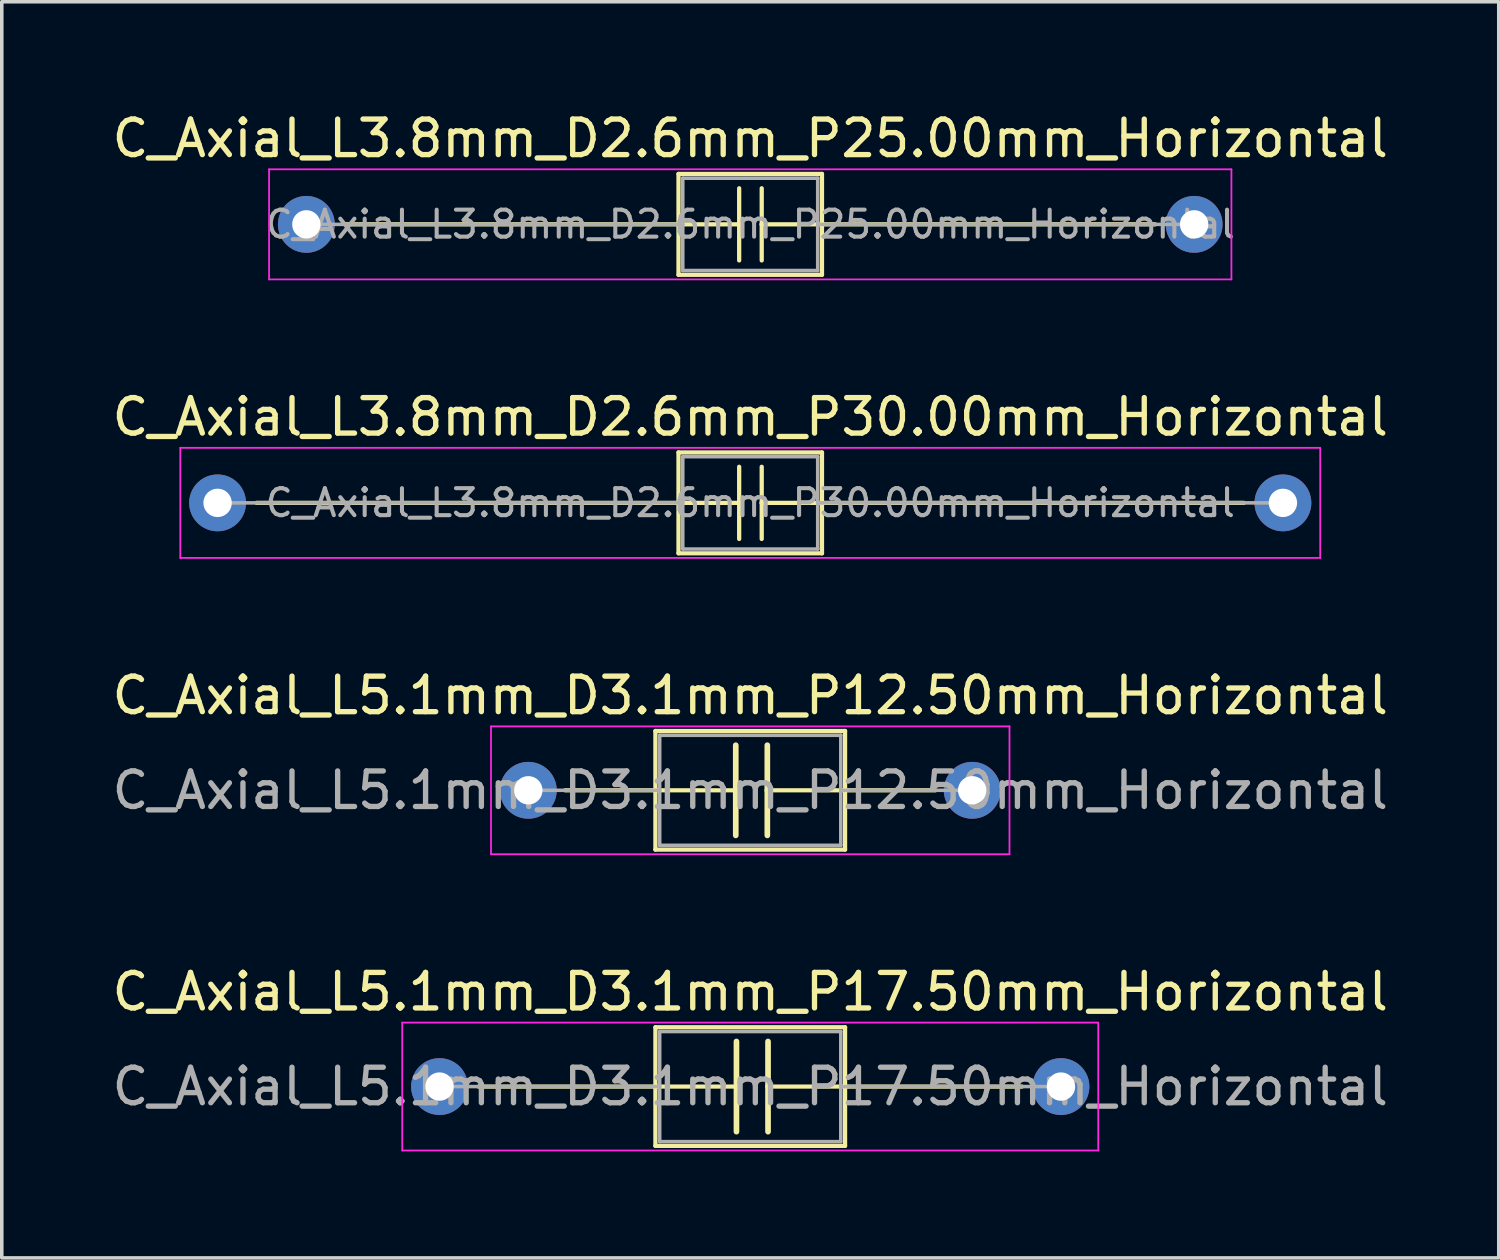
<source format=kicad_pcb>
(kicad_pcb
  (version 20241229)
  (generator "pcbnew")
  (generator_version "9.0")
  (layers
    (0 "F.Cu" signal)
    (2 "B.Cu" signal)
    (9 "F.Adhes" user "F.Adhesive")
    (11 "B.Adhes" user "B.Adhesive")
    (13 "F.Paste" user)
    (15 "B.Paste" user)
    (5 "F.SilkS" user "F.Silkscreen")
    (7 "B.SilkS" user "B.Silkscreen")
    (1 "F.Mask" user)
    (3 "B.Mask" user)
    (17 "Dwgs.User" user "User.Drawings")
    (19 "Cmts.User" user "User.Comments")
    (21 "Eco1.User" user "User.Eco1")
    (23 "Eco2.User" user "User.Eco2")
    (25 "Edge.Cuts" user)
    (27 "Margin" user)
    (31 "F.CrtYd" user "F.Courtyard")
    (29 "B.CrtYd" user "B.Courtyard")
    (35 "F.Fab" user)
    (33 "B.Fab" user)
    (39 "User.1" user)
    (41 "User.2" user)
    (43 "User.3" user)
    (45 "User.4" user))
  (footprint "C_Axial_L5.1mm_D3.1mm_P17.50mm_Horizontal"
    (layer "F.Cu")
    (at 9.327 27.548)
    (property "Reference" "C_Axial_L5.1mm_D3.1mm_P17.50mm_Horizontal" (at 8.75 -2.67 0) (layer "F.SilkS") (effects (font (size 1 1) (thickness 0.15))))
    (attr through_hole)
    (fp_line (start 1.1 0) (end 6.08 0) (stroke (width 0.12) (type solid)) (layer "F.SilkS"))
    (fp_line (start 6.08 -1.67) (end 6.08 1.67) (stroke (width 0.12) (type solid)) (layer "F.SilkS"))
    (fp_line (start 6.08 0) (end 8.362 0) (stroke (width 0.12) (type solid)) (layer "F.SilkS"))
    (fp_line (start 6.08 1.67) (end 11.42 1.67) (stroke (width 0.12) (type solid)) (layer "F.SilkS"))
    (fp_line (start 8.362 0) (end 8.362 -1.27) (stroke (width 0.16) (type solid)) (layer "F.SilkS"))
    (fp_line (start 8.362 0) (end 8.362 1.27) (stroke (width 0.16) (type solid)) (layer "F.SilkS"))
    (fp_line (start 9.251 0) (end 9.251 -1.27) (stroke (width 0.16) (type solid)) (layer "F.SilkS"))
    (fp_line (start 9.251 0) (end 9.251 1.27) (stroke (width 0.16) (type solid)) (layer "F.SilkS"))
    (fp_line (start 11.42 -1.67) (end 6.08 -1.67) (stroke (width 0.12) (type solid)) (layer "F.SilkS"))
    (fp_line (start 11.42 1.67) (end 11.42 -1.67) (stroke (width 0.12) (type solid)) (layer "F.SilkS"))
    (fp_line (start 11.43 0) (end 9.251 0) (stroke (width 0.12) (type solid)) (layer "F.SilkS"))
    (fp_line (start 16.4 0) (end 11.42 0) (stroke (width 0.12) (type solid)) (layer "F.SilkS"))
    (fp_line (start -1.05 -1.8) (end -1.05 1.8) (stroke (width 0.05) (type solid)) (layer "F.CrtYd"))
    (fp_line (start -1.05 1.8) (end 18.55 1.8) (stroke (width 0.05) (type solid)) (layer "F.CrtYd"))
    (fp_line (start 18.55 -1.8) (end -1.05 -1.8) (stroke (width 0.05) (type solid)) (layer "F.CrtYd"))
    (fp_line (start 18.55 1.8) (end 18.55 -1.8) (stroke (width 0.05) (type solid)) (layer "F.CrtYd"))
    (fp_line (start 0 0) (end 6.2 0) (stroke (width 0.1) (type solid)) (layer "F.Fab"))
    (fp_line (start 6.2 -1.55) (end 6.2 1.55) (stroke (width 0.1) (type solid)) (layer "F.Fab"))
    (fp_line (start 6.2 1.55) (end 11.3 1.55) (stroke (width 0.1) (type solid)) (layer "F.Fab"))
    (fp_line (start 11.3 -1.55) (end 6.2 -1.55) (stroke (width 0.1) (type solid)) (layer "F.Fab"))
    (fp_line (start 11.3 1.55) (end 11.3 -1.55) (stroke (width 0.1) (type solid)) (layer "F.Fab"))
    (fp_line (start 17.5 0) (end 11.3 0) (stroke (width 0.1) (type solid)) (layer "F.Fab"))
    (fp_text user "${REFERENCE}" (at 8.75 0 0) (layer "F.Fab") (effects (font (size 1 1) (thickness 0.15))))
    (pad "1" thru_hole circle (at 0 0) (size 1.6 1.6) (drill 0.8) (layers "*.Cu" "*.Mask"))
    (pad "2" thru_hole oval (at 17.5 0) (size 1.6 1.6) (drill 0.8) (layers "*.Cu" "*.Mask")))
  (footprint "C_Axial_L3.8mm_D2.6mm_P25.00mm_Horizontal"
    (layer "F.Cu")
    (at 5.577 3.268)
    (property "Reference" "C_Axial_L3.8mm_D2.6mm_P25.00mm_Horizontal" (at 12.5 -2.42 0) (layer "F.SilkS") (effects (font (size 1 1) (thickness 0.15))))
    (fp_line (start 1.1 0) (end 10.48 0) (stroke (width 0.12) (type solid)) (layer "F.SilkS"))
    (fp_line (start 10.48 -1.42) (end 10.48 1.42) (stroke (width 0.12) (type solid)) (layer "F.SilkS"))
    (fp_line (start 10.48 0) (end 12.188 0) (stroke (width 0.12) (type solid)) (layer "F.SilkS"))
    (fp_line (start 10.48 1.42) (end 14.52 1.42) (stroke (width 0.12) (type solid)) (layer "F.SilkS"))
    (fp_line (start 12.188 0) (end 12.188 -1.016) (stroke (width 0.12) (type solid)) (layer "F.SilkS"))
    (fp_line (start 12.188 0) (end 12.188 1.016) (stroke (width 0.12) (type solid)) (layer "F.SilkS"))
    (fp_line (start 12.823 0) (end 12.823 -1.016) (stroke (width 0.12) (type solid)) (layer "F.SilkS"))
    (fp_line (start 12.823 0) (end 12.823 1.016) (stroke (width 0.12) (type solid)) (layer "F.SilkS"))
    (fp_line (start 14.52 -1.42) (end 10.48 -1.42) (stroke (width 0.12) (type solid)) (layer "F.SilkS"))
    (fp_line (start 14.52 0) (end 12.823 0) (stroke (width 0.12) (type solid)) (layer "F.SilkS"))
    (fp_line (start 14.52 1.42) (end 14.52 -1.42) (stroke (width 0.12) (type solid)) (layer "F.SilkS"))
    (fp_line (start 23.9 0) (end 14.52 0) (stroke (width 0.12) (type solid)) (layer "F.SilkS"))
    (fp_line (start -1.05 -1.55) (end -1.05 1.55) (stroke (width 0.05) (type solid)) (layer "F.CrtYd"))
    (fp_line (start -1.05 1.55) (end 26.05 1.55) (stroke (width 0.05) (type solid)) (layer "F.CrtYd"))
    (fp_line (start 26.05 -1.55) (end -1.05 -1.55) (stroke (width 0.05) (type solid)) (layer "F.CrtYd"))
    (fp_line (start 26.05 1.55) (end 26.05 -1.55) (stroke (width 0.05) (type solid)) (layer "F.CrtYd"))
    (fp_line (start 0 0) (end 10.6 0) (stroke (width 0.1) (type solid)) (layer "F.Fab"))
    (fp_line (start 10.6 -1.3) (end 10.6 1.3) (stroke (width 0.1) (type solid)) (layer "F.Fab"))
    (fp_line (start 10.6 1.3) (end 14.4 1.3) (stroke (width 0.1) (type solid)) (layer "F.Fab"))
    (fp_line (start 14.4 -1.3) (end 10.6 -1.3) (stroke (width 0.1) (type solid)) (layer "F.Fab"))
    (fp_line (start 14.4 1.3) (end 14.4 -1.3) (stroke (width 0.1) (type solid)) (layer "F.Fab"))
    (fp_line (start 25 0) (end 14.4 0) (stroke (width 0.1) (type solid)) (layer "F.Fab"))
    (fp_text user "${REFERENCE}" (at 12.5 0 0) (layer "F.Fab") (effects (font (size 0.76 0.76) (thickness 0.114))))
    (pad "1" thru_hole circle (at 0 0) (size 1.6 1.6) (drill 0.8) (layers "*.Cu" "*.Mask"))
    (pad "2" thru_hole oval (at 25 0) (size 1.6 1.6) (drill 0.8) (layers "*.Cu" "*.Mask")))
  (footprint "C_Axial_L3.8mm_D2.6mm_P30.00mm_Horizontal"
    (layer "F.Cu")
    (at 3.077 11.111)
    (property "Reference" "C_Axial_L3.8mm_D2.6mm_P30.00mm_Horizontal" (at 15 -2.42 0) (layer "F.SilkS") (effects (font (size 1 1) (thickness 0.15))))
    (fp_line (start 1.1 0) (end 12.98 0) (stroke (width 0.12) (type solid)) (layer "F.SilkS"))
    (fp_line (start 12.98 -1.42) (end 12.98 1.42) (stroke (width 0.12) (type solid)) (layer "F.SilkS"))
    (fp_line (start 12.98 0) (end 14.688 0) (stroke (width 0.12) (type solid)) (layer "F.SilkS"))
    (fp_line (start 12.98 1.42) (end 17.02 1.42) (stroke (width 0.12) (type solid)) (layer "F.SilkS"))
    (fp_line (start 14.688 0) (end 14.688 -1.016) (stroke (width 0.12) (type solid)) (layer "F.SilkS"))
    (fp_line (start 14.688 0) (end 14.688 1.016) (stroke (width 0.12) (type solid)) (layer "F.SilkS"))
    (fp_line (start 15.323 0) (end 15.323 -1.016) (stroke (width 0.12) (type solid)) (layer "F.SilkS"))
    (fp_line (start 15.323 0) (end 15.323 1.016) (stroke (width 0.12) (type solid)) (layer "F.SilkS"))
    (fp_line (start 17.018 0) (end 15.323 0) (stroke (width 0.12) (type solid)) (layer "F.SilkS"))
    (fp_line (start 17.02 -1.42) (end 12.98 -1.42) (stroke (width 0.12) (type solid)) (layer "F.SilkS"))
    (fp_line (start 17.02 1.42) (end 17.02 -1.42) (stroke (width 0.12) (type solid)) (layer "F.SilkS"))
    (fp_line (start 28.9 0) (end 17.02 0) (stroke (width 0.12) (type solid)) (layer "F.SilkS"))
    (fp_line (start -1.05 -1.55) (end -1.05 1.55) (stroke (width 0.05) (type solid)) (layer "F.CrtYd"))
    (fp_line (start -1.05 1.55) (end 31.05 1.55) (stroke (width 0.05) (type solid)) (layer "F.CrtYd"))
    (fp_line (start 31.05 -1.55) (end -1.05 -1.55) (stroke (width 0.05) (type solid)) (layer "F.CrtYd"))
    (fp_line (start 31.05 1.55) (end 31.05 -1.55) (stroke (width 0.05) (type solid)) (layer "F.CrtYd"))
    (fp_line (start 0 0) (end 13.1 0) (stroke (width 0.1) (type solid)) (layer "F.Fab"))
    (fp_line (start 13.1 -1.3) (end 13.1 1.3) (stroke (width 0.1) (type solid)) (layer "F.Fab"))
    (fp_line (start 13.1 1.3) (end 16.9 1.3) (stroke (width 0.1) (type solid)) (layer "F.Fab"))
    (fp_line (start 16.9 -1.3) (end 13.1 -1.3) (stroke (width 0.1) (type solid)) (layer "F.Fab"))
    (fp_line (start 16.9 1.3) (end 16.9 -1.3) (stroke (width 0.1) (type solid)) (layer "F.Fab"))
    (fp_line (start 30 0) (end 16.9 0) (stroke (width 0.1) (type solid)) (layer "F.Fab"))
    (fp_text user "${REFERENCE}" (at 15 0 0) (layer "F.Fab") (effects (font (size 0.76 0.76) (thickness 0.114))))
    (pad "1" thru_hole circle (at 0 0) (size 1.6 1.6) (drill 0.8) (layers "*.Cu" "*.Mask"))
    (pad "2" thru_hole oval (at 30 0) (size 1.6 1.6) (drill 0.8) (layers "*.Cu" "*.Mask")))
  (footprint "C_Axial_L5.1mm_D3.1mm_P12.50mm_Horizontal"
    (layer "F.Cu")
    (at 11.827 19.205)
    (property "Reference" "C_Axial_L5.1mm_D3.1mm_P12.50mm_Horizontal" (at 6.25 -2.67 0) (layer "F.SilkS") (effects (font (size 1 1) (thickness 0.15))))
    (attr through_hole)
    (fp_line (start 1.04 0) (end 3.58 0) (stroke (width 0.12) (type solid)) (layer "F.SilkS"))
    (fp_line (start 3.58 -1.67) (end 3.58 1.67) (stroke (width 0.12) (type solid)) (layer "F.SilkS"))
    (fp_line (start 3.58 0) (end 5.842 0) (stroke (width 0.12) (type solid)) (layer "F.SilkS"))
    (fp_line (start 3.58 1.67) (end 8.92 1.67) (stroke (width 0.12) (type solid)) (layer "F.SilkS"))
    (fp_line (start 5.842 0) (end 5.842 -1.27) (stroke (width 0.16) (type solid)) (layer "F.SilkS"))
    (fp_line (start 5.842 0) (end 5.842 1.27) (stroke (width 0.16) (type solid)) (layer "F.SilkS"))
    (fp_line (start 6.731 0) (end 6.731 -1.27) (stroke (width 0.16) (type solid)) (layer "F.SilkS"))
    (fp_line (start 6.731 0) (end 6.731 1.27) (stroke (width 0.16) (type solid)) (layer "F.SilkS"))
    (fp_line (start 8.92 -1.67) (end 3.58 -1.67) (stroke (width 0.12) (type solid)) (layer "F.SilkS"))
    (fp_line (start 8.92 0) (end 6.731 0) (stroke (width 0.12) (type solid)) (layer "F.SilkS"))
    (fp_line (start 8.92 1.67) (end 8.92 -1.67) (stroke (width 0.12) (type solid)) (layer "F.SilkS"))
    (fp_line (start 11.46 0) (end 8.92 0) (stroke (width 0.12) (type solid)) (layer "F.SilkS"))
    (fp_line (start -1.05 -1.8) (end -1.05 1.8) (stroke (width 0.05) (type solid)) (layer "F.CrtYd"))
    (fp_line (start -1.05 1.8) (end 13.55 1.8) (stroke (width 0.05) (type solid)) (layer "F.CrtYd"))
    (fp_line (start 13.55 -1.8) (end -1.05 -1.8) (stroke (width 0.05) (type solid)) (layer "F.CrtYd"))
    (fp_line (start 13.55 1.8) (end 13.55 -1.8) (stroke (width 0.05) (type solid)) (layer "F.CrtYd"))
    (fp_line (start 0 0) (end 3.7 0) (stroke (width 0.1) (type solid)) (layer "F.Fab"))
    (fp_line (start 3.7 -1.55) (end 3.7 1.55) (stroke (width 0.1) (type solid)) (layer "F.Fab"))
    (fp_line (start 3.7 1.55) (end 8.8 1.55) (stroke (width 0.1) (type solid)) (layer "F.Fab"))
    (fp_line (start 8.8 -1.55) (end 3.7 -1.55) (stroke (width 0.1) (type solid)) (layer "F.Fab"))
    (fp_line (start 8.8 1.55) (end 8.8 -1.55) (stroke (width 0.1) (type solid)) (layer "F.Fab"))
    (fp_line (start 12.5 0) (end 8.8 0) (stroke (width 0.1) (type solid)) (layer "F.Fab"))
    (fp_text user "${REFERENCE}" (at 6.25 0 0) (layer "F.Fab") (effects (font (size 1 1) (thickness 0.15))))
    (pad "1" thru_hole circle (at 0 0) (size 1.6 1.6) (drill 0.8) (layers "*.Cu" "*.Mask"))
    (pad "2" thru_hole oval (at 12.5 0) (size 1.6 1.6) (drill 0.8) (layers "*.Cu" "*.Mask")))
  (gr_rect
    (start -3 -3)
    (end 39.155 32.373)
    (stroke (width 0.1) (type default))
    (fill no)
    (layer "Edge.Cuts")))
</source>
